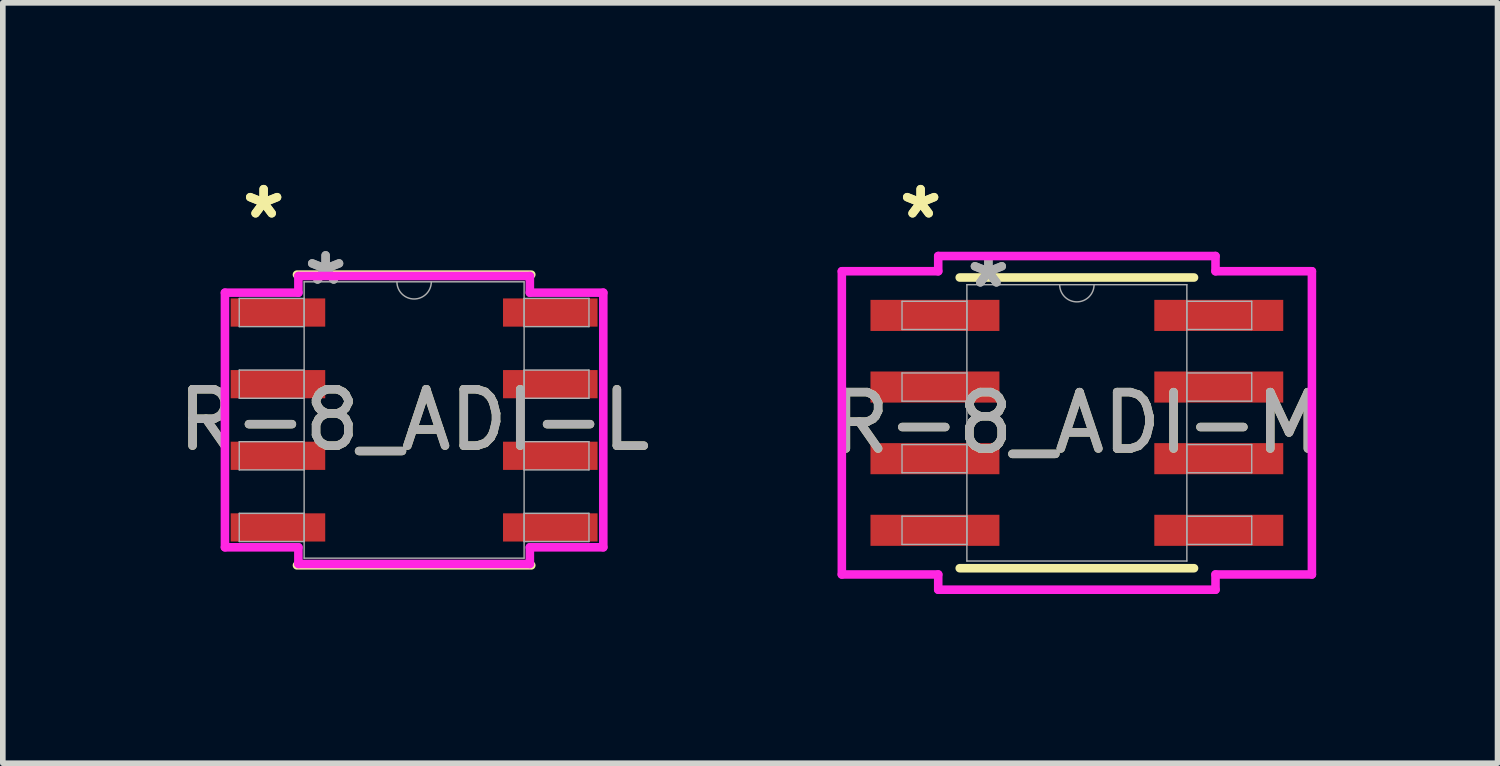
<source format=kicad_pcb>
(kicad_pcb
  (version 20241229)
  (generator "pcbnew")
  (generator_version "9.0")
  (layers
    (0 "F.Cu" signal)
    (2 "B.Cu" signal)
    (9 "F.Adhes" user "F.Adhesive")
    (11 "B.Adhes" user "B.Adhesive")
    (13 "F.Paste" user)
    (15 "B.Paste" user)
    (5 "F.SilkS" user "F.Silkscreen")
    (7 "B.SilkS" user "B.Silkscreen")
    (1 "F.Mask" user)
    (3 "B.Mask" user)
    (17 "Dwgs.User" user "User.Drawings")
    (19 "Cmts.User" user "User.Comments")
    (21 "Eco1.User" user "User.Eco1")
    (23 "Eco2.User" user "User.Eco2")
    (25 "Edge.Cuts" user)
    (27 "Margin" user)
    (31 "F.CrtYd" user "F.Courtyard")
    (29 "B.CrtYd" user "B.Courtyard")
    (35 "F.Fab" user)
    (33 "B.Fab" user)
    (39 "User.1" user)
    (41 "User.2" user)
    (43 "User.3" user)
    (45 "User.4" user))
  (footprint "R-8_ADI-L"
    (layer "F.Cu")
    (at 4.292 4.396)
    (property "Reference" "R-8_ADI-L" (at 0 0 0) (unlocked yes) (layer "F.SilkS") (effects (font (size 1 1) (thickness 0.15))))
    (attr smd)
    (fp_line (start -2.077 2.577) (end 2.077 2.577) (stroke (width 0.152) (type solid)) (layer "F.SilkS"))
    (fp_line (start 2.077 -2.577) (end -2.077 -2.577) (stroke (width 0.152) (type solid)) (layer "F.SilkS"))
    (fp_line (start -3.354 -2.257) (end -2.052 -2.257) (stroke (width 0.152) (type solid)) (layer "F.CrtYd"))
    (fp_line (start -3.354 2.257) (end -3.354 -2.257) (stroke (width 0.152) (type solid)) (layer "F.CrtYd"))
    (fp_line (start -3.354 2.257) (end -2.052 2.257) (stroke (width 0.152) (type solid)) (layer "F.CrtYd"))
    (fp_line (start -2.052 -2.552) (end 2.052 -2.552) (stroke (width 0.152) (type solid)) (layer "F.CrtYd"))
    (fp_line (start -2.052 -2.257) (end -2.052 -2.552) (stroke (width 0.152) (type solid)) (layer "F.CrtYd"))
    (fp_line (start -2.052 2.552) (end -2.052 2.257) (stroke (width 0.152) (type solid)) (layer "F.CrtYd"))
    (fp_line (start 2.052 -2.552) (end 2.052 -2.257) (stroke (width 0.152) (type solid)) (layer "F.CrtYd"))
    (fp_line (start 2.052 2.257) (end 2.052 2.552) (stroke (width 0.152) (type solid)) (layer "F.CrtYd"))
    (fp_line (start 2.052 2.552) (end -2.052 2.552) (stroke (width 0.152) (type solid)) (layer "F.CrtYd"))
    (fp_line (start 3.354 -2.257) (end 2.052 -2.257) (stroke (width 0.152) (type solid)) (layer "F.CrtYd"))
    (fp_line (start 3.354 -2.257) (end 3.354 2.257) (stroke (width 0.152) (type solid)) (layer "F.CrtYd"))
    (fp_line (start 3.354 2.257) (end 2.052 2.257) (stroke (width 0.152) (type solid)) (layer "F.CrtYd"))
    (fp_line (start -3.1 -2.155) (end -3.1 -1.655) (stroke (width 0.025) (type solid)) (layer "F.Fab"))
    (fp_line (start -3.1 -1.655) (end -1.95 -1.655) (stroke (width 0.025) (type solid)) (layer "F.Fab"))
    (fp_line (start -3.1 -0.885) (end -3.1 -0.385) (stroke (width 0.025) (type solid)) (layer "F.Fab"))
    (fp_line (start -3.1 -0.385) (end -1.95 -0.385) (stroke (width 0.025) (type solid)) (layer "F.Fab"))
    (fp_line (start -3.1 0.385) (end -3.1 0.885) (stroke (width 0.025) (type solid)) (layer "F.Fab"))
    (fp_line (start -3.1 0.885) (end -1.95 0.885) (stroke (width 0.025) (type solid)) (layer "F.Fab"))
    (fp_line (start -3.1 1.655) (end -3.1 2.155) (stroke (width 0.025) (type solid)) (layer "F.Fab"))
    (fp_line (start -3.1 2.155) (end -1.95 2.155) (stroke (width 0.025) (type solid)) (layer "F.Fab"))
    (fp_line (start -1.95 -2.45) (end -1.95 2.45) (stroke (width 0.025) (type solid)) (layer "F.Fab"))
    (fp_line (start -1.95 -2.155) (end -3.1 -2.155) (stroke (width 0.025) (type solid)) (layer "F.Fab"))
    (fp_line (start -1.95 -1.655) (end -1.95 -2.155) (stroke (width 0.025) (type solid)) (layer "F.Fab"))
    (fp_line (start -1.95 -0.885) (end -3.1 -0.885) (stroke (width 0.025) (type solid)) (layer "F.Fab"))
    (fp_line (start -1.95 -0.385) (end -1.95 -0.885) (stroke (width 0.025) (type solid)) (layer "F.Fab"))
    (fp_line (start -1.95 0.385) (end -3.1 0.385) (stroke (width 0.025) (type solid)) (layer "F.Fab"))
    (fp_line (start -1.95 0.885) (end -1.95 0.385) (stroke (width 0.025) (type solid)) (layer "F.Fab"))
    (fp_line (start -1.95 1.655) (end -3.1 1.655) (stroke (width 0.025) (type solid)) (layer "F.Fab"))
    (fp_line (start -1.95 2.155) (end -1.95 1.655) (stroke (width 0.025) (type solid)) (layer "F.Fab"))
    (fp_line (start -1.95 2.45) (end 1.95 2.45) (stroke (width 0.025) (type solid)) (layer "F.Fab"))
    (fp_line (start 1.95 -2.45) (end -1.95 -2.45) (stroke (width 0.025) (type solid)) (layer "F.Fab"))
    (fp_line (start 1.95 -2.155) (end 1.95 -1.655) (stroke (width 0.025) (type solid)) (layer "F.Fab"))
    (fp_line (start 1.95 -1.655) (end 3.1 -1.655) (stroke (width 0.025) (type solid)) (layer "F.Fab"))
    (fp_line (start 1.95 -0.885) (end 1.95 -0.385) (stroke (width 0.025) (type solid)) (layer "F.Fab"))
    (fp_line (start 1.95 -0.385) (end 3.1 -0.385) (stroke (width 0.025) (type solid)) (layer "F.Fab"))
    (fp_line (start 1.95 0.385) (end 1.95 0.885) (stroke (width 0.025) (type solid)) (layer "F.Fab"))
    (fp_line (start 1.95 0.885) (end 3.1 0.885) (stroke (width 0.025) (type solid)) (layer "F.Fab"))
    (fp_line (start 1.95 1.655) (end 1.95 2.155) (stroke (width 0.025) (type solid)) (layer "F.Fab"))
    (fp_line (start 1.95 2.155) (end 3.1 2.155) (stroke (width 0.025) (type solid)) (layer "F.Fab"))
    (fp_line (start 1.95 2.45) (end 1.95 -2.45) (stroke (width 0.025) (type solid)) (layer "F.Fab"))
    (fp_line (start 3.1 -2.155) (end 1.95 -2.155) (stroke (width 0.025) (type solid)) (layer "F.Fab"))
    (fp_line (start 3.1 -1.655) (end 3.1 -2.155) (stroke (width 0.025) (type solid)) (layer "F.Fab"))
    (fp_line (start 3.1 -0.885) (end 1.95 -0.885) (stroke (width 0.025) (type solid)) (layer "F.Fab"))
    (fp_line (start 3.1 -0.385) (end 3.1 -0.885) (stroke (width 0.025) (type solid)) (layer "F.Fab"))
    (fp_line (start 3.1 0.385) (end 1.95 0.385) (stroke (width 0.025) (type solid)) (layer "F.Fab"))
    (fp_line (start 3.1 0.885) (end 3.1 0.385) (stroke (width 0.025) (type solid)) (layer "F.Fab"))
    (fp_line (start 3.1 1.655) (end 1.95 1.655) (stroke (width 0.025) (type solid)) (layer "F.Fab"))
    (fp_line (start 3.1 2.155) (end 3.1 1.655) (stroke (width 0.025) (type solid)) (layer "F.Fab"))
    (fp_arc (start 0.3048 -2.45) (mid 0 -2.1452) (end -0.3048 -2.45) (stroke (width 0.0254) (type solid)) (layer "F.Fab"))
    (fp_text user "*" (at -2.668 -3.548 0) (unlocked yes) (layer "F.SilkS") (effects (font (size 1 1) (thickness 0.15))))
    (fp_text user "*" (at -2.668 -3.548 0) (layer "F.SilkS") (effects (font (size 1 1) (thickness 0.15))))
    (fp_text user "*" (at -1.569 -2.374 0) (unlocked yes) (layer "F.Fab") (effects (font (size 1 1) (thickness 0.15))))
    (fp_text user "*" (at -1.569 -2.374 0) (layer "F.Fab") (effects (font (size 1 1) (thickness 0.15))))
    (fp_text user "${REFERENCE}" (at 0 0 0) (unlocked yes) (layer "F.Fab") (effects (font (size 1 1) (thickness 0.15))))
    (pad "1" smd rect (at -2.414 -1.905) (size 1.676 0.5) (layers "F.Cu" "F.Mask" "F.Paste"))
    (pad "2" smd rect (at -2.414 -0.635) (size 1.676 0.5) (layers "F.Cu" "F.Mask" "F.Paste"))
    (pad "3" smd rect (at -2.414 0.635) (size 1.676 0.5) (layers "F.Cu" "F.Mask" "F.Paste"))
    (pad "4" smd rect (at -2.414 1.905) (size 1.676 0.5) (layers "F.Cu" "F.Mask" "F.Paste"))
    (pad "5" smd rect (at 2.414 1.905) (size 1.676 0.5) (layers "F.Cu" "F.Mask" "F.Paste"))
    (pad "6" smd rect (at 2.414 0.635) (size 1.676 0.5) (layers "F.Cu" "F.Mask" "F.Paste"))
    (pad "7" smd rect (at 2.414 -0.635) (size 1.676 0.5) (layers "F.Cu" "F.Mask" "F.Paste"))
    (pad "8" smd rect (at 2.414 -1.905) (size 1.676 0.5) (layers "F.Cu" "F.Mask" "F.Paste")))
  (footprint "R-8_ADI-M"
    (layer "F.Cu")
    (at 16.042 4.447)
    (property "Reference" "R-8_ADI-M" (at 0 0 0) (unlocked yes) (layer "F.SilkS") (effects (font (size 1 1) (thickness 0.15))))
    (attr smd)
    (fp_line (start -2.077 2.577) (end 2.077 2.577) (stroke (width 0.152) (type solid)) (layer "F.SilkS"))
    (fp_line (start 2.077 -2.577) (end -2.077 -2.577) (stroke (width 0.152) (type solid)) (layer "F.SilkS"))
    (fp_line (start -4.167 -2.688) (end -2.458 -2.688) (stroke (width 0.152) (type solid)) (layer "F.CrtYd"))
    (fp_line (start -4.167 2.688) (end -4.167 -2.688) (stroke (width 0.152) (type solid)) (layer "F.CrtYd"))
    (fp_line (start -4.167 2.688) (end -2.458 2.688) (stroke (width 0.152) (type solid)) (layer "F.CrtYd"))
    (fp_line (start -2.458 -2.958) (end 2.458 -2.958) (stroke (width 0.152) (type solid)) (layer "F.CrtYd"))
    (fp_line (start -2.458 -2.688) (end -2.458 -2.958) (stroke (width 0.152) (type solid)) (layer "F.CrtYd"))
    (fp_line (start -2.458 2.958) (end -2.458 2.688) (stroke (width 0.152) (type solid)) (layer "F.CrtYd"))
    (fp_line (start 2.458 -2.958) (end 2.458 -2.688) (stroke (width 0.152) (type solid)) (layer "F.CrtYd"))
    (fp_line (start 2.458 2.688) (end 2.458 2.958) (stroke (width 0.152) (type solid)) (layer "F.CrtYd"))
    (fp_line (start 2.458 2.958) (end -2.458 2.958) (stroke (width 0.152) (type solid)) (layer "F.CrtYd"))
    (fp_line (start 4.167 -2.688) (end 2.458 -2.688) (stroke (width 0.152) (type solid)) (layer "F.CrtYd"))
    (fp_line (start 4.167 -2.688) (end 4.167 2.688) (stroke (width 0.152) (type solid)) (layer "F.CrtYd"))
    (fp_line (start 4.167 2.688) (end 2.458 2.688) (stroke (width 0.152) (type solid)) (layer "F.CrtYd"))
    (fp_line (start -3.1 -2.155) (end -3.1 -1.655) (stroke (width 0.025) (type solid)) (layer "F.Fab"))
    (fp_line (start -3.1 -1.655) (end -1.95 -1.655) (stroke (width 0.025) (type solid)) (layer "F.Fab"))
    (fp_line (start -3.1 -0.885) (end -3.1 -0.385) (stroke (width 0.025) (type solid)) (layer "F.Fab"))
    (fp_line (start -3.1 -0.385) (end -1.95 -0.385) (stroke (width 0.025) (type solid)) (layer "F.Fab"))
    (fp_line (start -3.1 0.385) (end -3.1 0.885) (stroke (width 0.025) (type solid)) (layer "F.Fab"))
    (fp_line (start -3.1 0.885) (end -1.95 0.885) (stroke (width 0.025) (type solid)) (layer "F.Fab"))
    (fp_line (start -3.1 1.655) (end -3.1 2.155) (stroke (width 0.025) (type solid)) (layer "F.Fab"))
    (fp_line (start -3.1 2.155) (end -1.95 2.155) (stroke (width 0.025) (type solid)) (layer "F.Fab"))
    (fp_line (start -1.95 -2.45) (end -1.95 2.45) (stroke (width 0.025) (type solid)) (layer "F.Fab"))
    (fp_line (start -1.95 -2.155) (end -3.1 -2.155) (stroke (width 0.025) (type solid)) (layer "F.Fab"))
    (fp_line (start -1.95 -1.655) (end -1.95 -2.155) (stroke (width 0.025) (type solid)) (layer "F.Fab"))
    (fp_line (start -1.95 -0.885) (end -3.1 -0.885) (stroke (width 0.025) (type solid)) (layer "F.Fab"))
    (fp_line (start -1.95 -0.385) (end -1.95 -0.885) (stroke (width 0.025) (type solid)) (layer "F.Fab"))
    (fp_line (start -1.95 0.385) (end -3.1 0.385) (stroke (width 0.025) (type solid)) (layer "F.Fab"))
    (fp_line (start -1.95 0.885) (end -1.95 0.385) (stroke (width 0.025) (type solid)) (layer "F.Fab"))
    (fp_line (start -1.95 1.655) (end -3.1 1.655) (stroke (width 0.025) (type solid)) (layer "F.Fab"))
    (fp_line (start -1.95 2.155) (end -1.95 1.655) (stroke (width 0.025) (type solid)) (layer "F.Fab"))
    (fp_line (start -1.95 2.45) (end 1.95 2.45) (stroke (width 0.025) (type solid)) (layer "F.Fab"))
    (fp_line (start 1.95 -2.45) (end -1.95 -2.45) (stroke (width 0.025) (type solid)) (layer "F.Fab"))
    (fp_line (start 1.95 -2.155) (end 1.95 -1.655) (stroke (width 0.025) (type solid)) (layer "F.Fab"))
    (fp_line (start 1.95 -1.655) (end 3.1 -1.655) (stroke (width 0.025) (type solid)) (layer "F.Fab"))
    (fp_line (start 1.95 -0.885) (end 1.95 -0.385) (stroke (width 0.025) (type solid)) (layer "F.Fab"))
    (fp_line (start 1.95 -0.385) (end 3.1 -0.385) (stroke (width 0.025) (type solid)) (layer "F.Fab"))
    (fp_line (start 1.95 0.385) (end 1.95 0.885) (stroke (width 0.025) (type solid)) (layer "F.Fab"))
    (fp_line (start 1.95 0.885) (end 3.1 0.885) (stroke (width 0.025) (type solid)) (layer "F.Fab"))
    (fp_line (start 1.95 1.655) (end 1.95 2.155) (stroke (width 0.025) (type solid)) (layer "F.Fab"))
    (fp_line (start 1.95 2.155) (end 3.1 2.155) (stroke (width 0.025) (type solid)) (layer "F.Fab"))
    (fp_line (start 1.95 2.45) (end 1.95 -2.45) (stroke (width 0.025) (type solid)) (layer "F.Fab"))
    (fp_line (start 3.1 -2.155) (end 1.95 -2.155) (stroke (width 0.025) (type solid)) (layer "F.Fab"))
    (fp_line (start 3.1 -1.655) (end 3.1 -2.155) (stroke (width 0.025) (type solid)) (layer "F.Fab"))
    (fp_line (start 3.1 -0.885) (end 1.95 -0.885) (stroke (width 0.025) (type solid)) (layer "F.Fab"))
    (fp_line (start 3.1 -0.385) (end 3.1 -0.885) (stroke (width 0.025) (type solid)) (layer "F.Fab"))
    (fp_line (start 3.1 0.385) (end 1.95 0.385) (stroke (width 0.025) (type solid)) (layer "F.Fab"))
    (fp_line (start 3.1 0.885) (end 3.1 0.385) (stroke (width 0.025) (type solid)) (layer "F.Fab"))
    (fp_line (start 3.1 1.655) (end 1.95 1.655) (stroke (width 0.025) (type solid)) (layer "F.Fab"))
    (fp_line (start 3.1 2.155) (end 3.1 1.655) (stroke (width 0.025) (type solid)) (layer "F.Fab"))
    (fp_arc (start 0.3048 -2.45) (mid 0 -2.1452) (end -0.3048 -2.45) (stroke (width 0.0254) (type solid)) (layer "F.Fab"))
    (fp_text user "*" (at -2.77 -3.599 0) (unlocked yes) (layer "F.SilkS") (effects (font (size 1 1) (thickness 0.15))))
    (fp_text user "*" (at -2.77 -3.599 0) (layer "F.SilkS") (effects (font (size 1 1) (thickness 0.15))))
    (fp_text user "*" (at -1.569 -2.374 0) (layer "F.Fab") (effects (font (size 1 1) (thickness 0.15))))
    (fp_text user "${REFERENCE}" (at 0 0 0) (unlocked yes) (layer "F.Fab") (effects (font (size 1 1) (thickness 0.15))))
    (fp_text user "*" (at -1.569 -2.374 0) (unlocked yes) (layer "F.Fab") (effects (font (size 1 1) (thickness 0.15))))
    (pad "1" smd rect (at -2.516 -1.905) (size 2.286 0.551) (layers "F.Cu" "F.Mask" "F.Paste"))
    (pad "2" smd rect (at -2.516 -0.635) (size 2.286 0.551) (layers "F.Cu" "F.Mask" "F.Paste"))
    (pad "3" smd rect (at -2.516 0.635) (size 2.286 0.551) (layers "F.Cu" "F.Mask" "F.Paste"))
    (pad "4" smd rect (at -2.516 1.905) (size 2.286 0.551) (layers "F.Cu" "F.Mask" "F.Paste"))
    (pad "5" smd rect (at 2.516 1.905) (size 2.286 0.551) (layers "F.Cu" "F.Mask" "F.Paste"))
    (pad "6" smd rect (at 2.516 0.635) (size 2.286 0.551) (layers "F.Cu" "F.Mask" "F.Paste"))
    (pad "7" smd rect (at 2.516 -0.635) (size 2.286 0.551) (layers "F.Cu" "F.Mask" "F.Paste"))
    (pad "8" smd rect (at 2.516 -1.905) (size 2.286 0.551) (layers "F.Cu" "F.Mask" "F.Paste")))
  (gr_rect
    (start -3 -3)
    (end 23.5 10.481)
    (stroke (width 0.1) (type default))
    (fill no)
    (layer "Edge.Cuts")))
</source>
